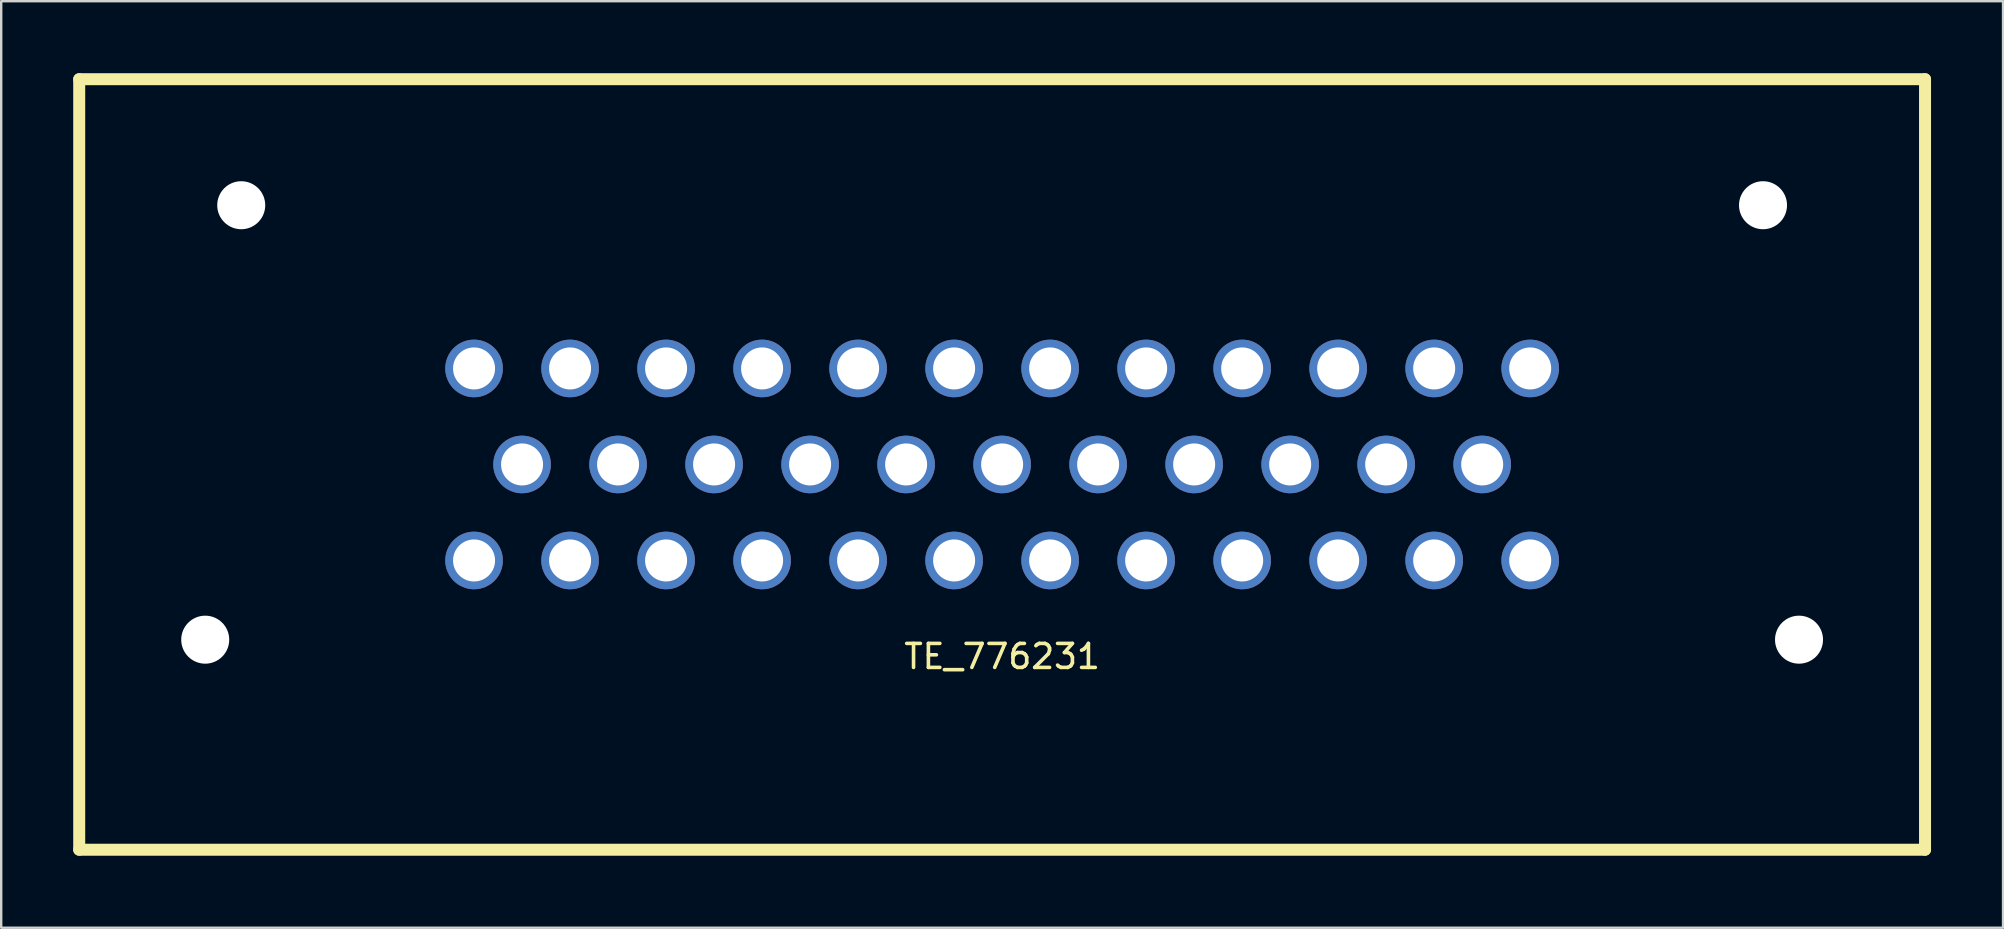
<source format=kicad_pcb>
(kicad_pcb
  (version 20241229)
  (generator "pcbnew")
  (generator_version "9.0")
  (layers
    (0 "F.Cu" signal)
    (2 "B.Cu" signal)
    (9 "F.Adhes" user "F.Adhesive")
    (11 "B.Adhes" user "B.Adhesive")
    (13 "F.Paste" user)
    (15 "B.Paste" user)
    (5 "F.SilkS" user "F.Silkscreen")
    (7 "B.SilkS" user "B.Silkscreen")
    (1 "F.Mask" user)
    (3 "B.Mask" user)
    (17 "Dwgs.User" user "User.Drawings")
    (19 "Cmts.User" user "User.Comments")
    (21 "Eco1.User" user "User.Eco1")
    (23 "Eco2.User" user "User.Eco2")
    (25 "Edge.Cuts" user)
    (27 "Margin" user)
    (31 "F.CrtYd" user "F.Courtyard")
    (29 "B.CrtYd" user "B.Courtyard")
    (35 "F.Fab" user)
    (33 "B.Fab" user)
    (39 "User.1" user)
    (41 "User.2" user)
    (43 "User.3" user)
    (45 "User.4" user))
  (footprint "TE_776231"
    (layer "F.Cu")
    (at 38.7 16.3)
    (property "Reference" "TE_776231" (at 0 8 0) (layer "F.SilkS") (effects (font (size 1 1) (thickness 0.15))))
    (attr through_hole)
    (fp_line (start -38.45 -16.05) (end -38.45 16.05) (stroke (width 0.5) (type solid)) (layer "F.SilkS"))
    (fp_line (start -38.45 -16.05) (end 38.45 -16.05) (stroke (width 0.5) (type solid)) (layer "F.SilkS"))
    (fp_line (start -38.45 16.05) (end 38.45 16.05) (stroke (width 0.5) (type solid)) (layer "F.SilkS"))
    (fp_line (start 38.45 -16.05) (end 38.45 16.05) (stroke (width 0.5) (type solid)) (layer "F.SilkS"))
    (pad "" np_thru_hole circle (at -33.2 7.3) (size 2 2) (drill 2) (layers "*.Cu" "*.Mask"))
    (pad "" np_thru_hole circle (at -31.7 -10.8) (size 2 2) (drill 2) (layers "*.Cu" "*.Mask"))
    (pad "" np_thru_hole circle (at 31.7 -10.8) (size 2 2) (drill 2) (layers "*.Cu" "*.Mask"))
    (pad "" np_thru_hole circle (at 33.2 7.3) (size 2 2) (drill 2) (layers "*.Cu" "*.Mask"))
    (pad "1" thru_hole circle (at -22 -4) (size 2.4 2.4) (drill 1.75) (layers "*.Cu" "*.Mask"))
    (pad "2" thru_hole circle (at -18 -4) (size 2.4 2.4) (drill 1.75) (layers "*.Cu" "*.Mask"))
    (pad "3" thru_hole circle (at -14 -4) (size 2.4 2.4) (drill 1.75) (layers "*.Cu" "*.Mask"))
    (pad "4" thru_hole circle (at -10 -4) (size 2.4 2.4) (drill 1.75) (layers "*.Cu" "*.Mask"))
    (pad "5" thru_hole circle (at -6 -4) (size 2.4 2.4) (drill 1.75) (layers "*.Cu" "*.Mask"))
    (pad "6" thru_hole circle (at -2 -4) (size 2.4 2.4) (drill 1.75) (layers "*.Cu" "*.Mask"))
    (pad "7" thru_hole circle (at 2 -4) (size 2.4 2.4) (drill 1.75) (layers "*.Cu" "*.Mask"))
    (pad "8" thru_hole circle (at 6 -4) (size 2.4 2.4) (drill 1.75) (layers "*.Cu" "*.Mask"))
    (pad "9" thru_hole circle (at 10 -4) (size 2.4 2.4) (drill 1.75) (layers "*.Cu" "*.Mask"))
    (pad "10" thru_hole circle (at 14 -4) (size 2.4 2.4) (drill 1.75) (layers "*.Cu" "*.Mask"))
    (pad "11" thru_hole circle (at 18 -4) (size 2.4 2.4) (drill 1.75) (layers "*.Cu" "*.Mask"))
    (pad "12" thru_hole circle (at 22 -4) (size 2.4 2.4) (drill 1.75) (layers "*.Cu" "*.Mask"))
    (pad "13" thru_hole circle (at -20 0) (size 2.4 2.4) (drill 1.75) (layers "*.Cu" "*.Mask"))
    (pad "14" thru_hole circle (at -16 0) (size 2.4 2.4) (drill 1.75) (layers "*.Cu" "*.Mask"))
    (pad "15" thru_hole circle (at -12 0) (size 2.4 2.4) (drill 1.75) (layers "*.Cu" "*.Mask"))
    (pad "16" thru_hole circle (at -8 0) (size 2.4 2.4) (drill 1.75) (layers "*.Cu" "*.Mask"))
    (pad "17" thru_hole circle (at -4 0) (size 2.4 2.4) (drill 1.75) (layers "*.Cu" "*.Mask"))
    (pad "18" thru_hole circle (at 0 0) (size 2.4 2.4) (drill 1.75) (layers "*.Cu" "*.Mask"))
    (pad "19" thru_hole circle (at 4 0) (size 2.4 2.4) (drill 1.75) (layers "*.Cu" "*.Mask"))
    (pad "20" thru_hole circle (at 8 0) (size 2.4 2.4) (drill 1.75) (layers "*.Cu" "*.Mask"))
    (pad "21" thru_hole circle (at 12 0) (size 2.4 2.4) (drill 1.75) (layers "*.Cu" "*.Mask"))
    (pad "22" thru_hole circle (at 16 0) (size 2.4 2.4) (drill 1.75) (layers "*.Cu" "*.Mask"))
    (pad "23" thru_hole circle (at 20 0) (size 2.4 2.4) (drill 1.75) (layers "*.Cu" "*.Mask"))
    (pad "24" thru_hole circle (at -22 4) (size 2.4 2.4) (drill 1.75) (layers "*.Cu" "*.Mask"))
    (pad "25" thru_hole circle (at -18 4) (size 2.4 2.4) (drill 1.75) (layers "*.Cu" "*.Mask"))
    (pad "26" thru_hole circle (at -14 4) (size 2.4 2.4) (drill 1.75) (layers "*.Cu" "*.Mask"))
    (pad "27" thru_hole circle (at -10 4) (size 2.4 2.4) (drill 1.75) (layers "*.Cu" "*.Mask"))
    (pad "28" thru_hole circle (at -6 4) (size 2.4 2.4) (drill 1.75) (layers "*.Cu" "*.Mask"))
    (pad "29" thru_hole circle (at -2 4) (size 2.4 2.4) (drill 1.75) (layers "*.Cu" "*.Mask"))
    (pad "30" thru_hole circle (at 2 4) (size 2.4 2.4) (drill 1.75) (layers "*.Cu" "*.Mask"))
    (pad "31" thru_hole circle (at 6 4) (size 2.4 2.4) (drill 1.75) (layers "*.Cu" "*.Mask"))
    (pad "32" thru_hole circle (at 10 4) (size 2.4 2.4) (drill 1.75) (layers "*.Cu" "*.Mask"))
    (pad "33" thru_hole circle (at 14 4) (size 2.4 2.4) (drill 1.75) (layers "*.Cu" "*.Mask"))
    (pad "34" thru_hole circle (at 18 4) (size 2.4 2.4) (drill 1.75) (layers "*.Cu" "*.Mask"))
    (pad "35" thru_hole circle (at 22 4) (size 2.4 2.4) (drill 1.75) (layers "*.Cu" "*.Mask")))
  (gr_rect
    (start -3 -3)
    (end 80.4 35.6)
    (stroke (width 0.1) (type default))
    (fill no)
    (layer "Edge.Cuts")))
</source>
